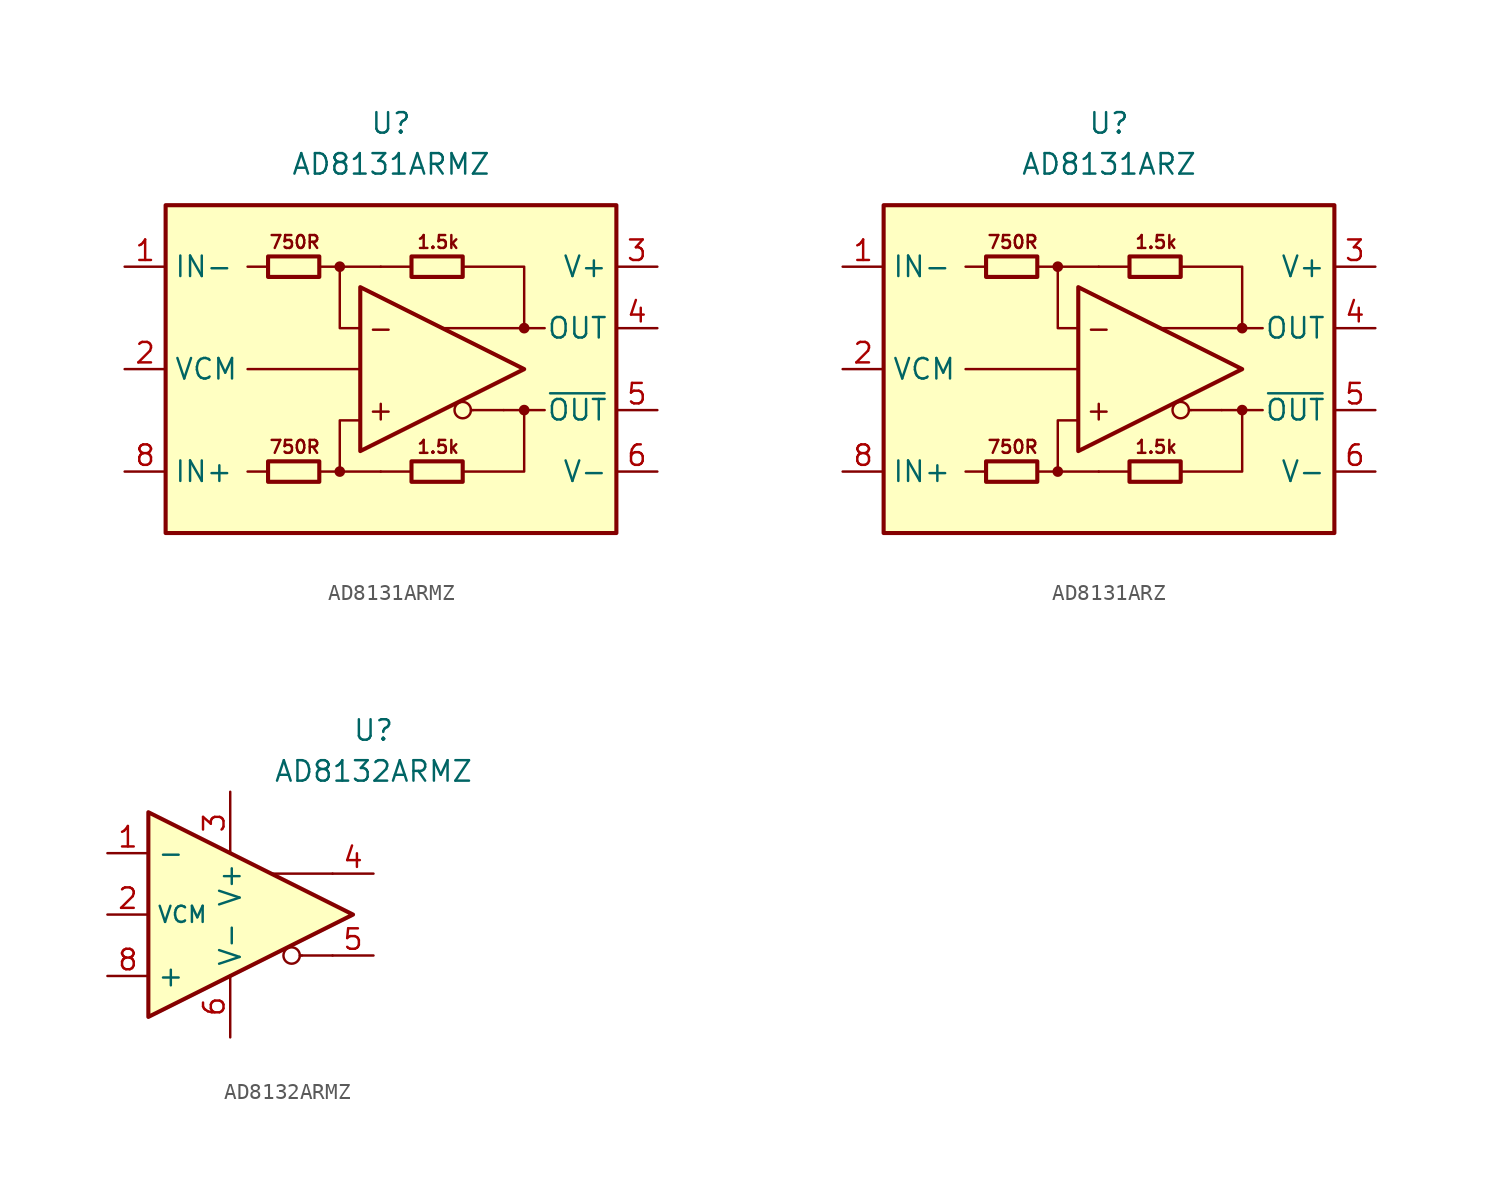
<source format=kicad_sym>
(kicad_symbol_lib
  (version 20211014)
  (generator kicad_symbol_editor)
  (symbol "AD8131ARMZ"
    (property "Reference" "U"
      (at 0 15.24 0)
      (effects (font (size 1.27 1.27))))
    (property "Value" "AD8131ARMZ"
      (at 0 12.7 0)
      (effects (font (size 1.27 1.27))))
    (symbol "AD8131ARMZ_0_0"
      (rectangle (start -13.97 10.16) (end 13.97 -10.16) (stroke (width 0.254) (type default) (color 0 0 0 0)) (fill (type background)))
      (circle (center -3.175 -6.35) (radius 0.254) (stroke (width 0.152) (type default) (color 0 0 0 0)) (fill (type outline)))
      (circle (center -3.175 6.35) (radius 0.254) (stroke (width 0.152) (type default) (color 0 0 0 0)) (fill (type outline)))
      (polyline (pts (xy -8.89 0) (xy -1.905 0)) (stroke (width 0) (type default) (color 0 0 0 0)) (fill (type none)))
      (polyline (pts (xy -7.62 -6.35) (xy -8.89 -6.35)) (stroke (width 0.152) (type default) (color 0 0 0 0)) (fill (type none)))
      (polyline (pts (xy -7.62 6.35) (xy -8.89 6.35)) (stroke (width 0.152) (type default) (color 0 0 0 0)) (fill (type none)))
      (polyline (pts (xy -3.175 6.35) (xy -0.635 6.35)) (stroke (width 0.152) (type default) (color 0 0 0 0)) (fill (type none)))
      (polyline (pts (xy -0.635 -6.35) (xy -3.175 -6.35)) (stroke (width 0.152) (type default) (color 0 0 0 0)) (fill (type none)))
      (polyline (pts (xy 1.27 -6.35) (xy -0.635 -6.35)) (stroke (width 0.152) (type default) (color 0 0 0 0)) (fill (type none)))
      (polyline (pts (xy 1.27 6.35) (xy -0.635 6.35)) (stroke (width 0.152) (type default) (color 0 0 0 0)) (fill (type none)))
      (polyline (pts (xy 5.08 -2.54) (xy 4.953 -2.54)) (stroke (width 0.152) (type default) (color 0 0 0 0)) (fill (type none)))
      (polyline (pts (xy 6.985 -2.54) (xy 5.08 -2.54)) (stroke (width 0.152) (type default) (color 0 0 0 0)) (fill (type none)))
      (polyline (pts (xy 8.255 -2.54) (xy 9.525 -2.54)) (stroke (width 0.152) (type default) (color 0 0 0 0)) (fill (type none)))
      (polyline (pts (xy 8.255 2.54) (xy 9.525 2.54)) (stroke (width 0.152) (type default) (color 0 0 0 0)) (fill (type none)))
      (polyline (pts (xy -4.445 -6.35) (xy -3.175 -6.35) (xy -3.175 -3.175) (xy -1.905 -3.175)) (stroke (width 0.152) (type default) (color 0 0 0 0)) (fill (type none)))
      (polyline (pts (xy -1.905 2.54) (xy -3.175 2.54) (xy -3.175 6.35) (xy -4.445 6.35)) (stroke (width 0.152) (type default) (color 0 0 0 0)) (fill (type none)))
      (polyline (pts (xy 4.445 6.35) (xy 8.255 6.35) (xy 8.255 2.54) (xy 3.175 2.54)) (stroke (width 0.152) (type default) (color 0 0 0 0)) (fill (type none)))
      (polyline (pts (xy 6.985 -2.54) (xy 8.255 -2.54) (xy 8.255 -6.35) (xy 4.445 -6.35)) (stroke (width 0.152) (type default) (color 0 0 0 0)) (fill (type none)))
      (circle (center 4.445 -2.54) (radius 0.508) (stroke (width 0.152) (type default) (color 0 0 0 0)) (fill (type none)))
      (circle (center 8.255 -2.54) (radius 0.254) (stroke (width 0.152) (type default) (color 0 0 0 0)) (fill (type outline)))
      (circle (center 8.255 2.54) (radius 0.254) (stroke (width 0.152) (type default) (color 0 0 0 0)) (fill (type outline)))
      (text "+" (at -0.635 -2.54 0) (effects (font (size 1.27 1.27))))
      (text "-" (at -0.635 2.54 0) (effects (font (size 1.27 1.27))))
      (text "1.5k" (at 2.921 -4.826 0) (effects (font (size 0.8 0.8))))
      (text "1.5k" (at 2.921 7.874 0) (effects (font (size 0.8 0.8))))
      (text "750R" (at -5.969 -4.826 0) (effects (font (size 0.8 0.8))))
      (text "750R" (at -5.969 7.874 0) (effects (font (size 0.8 0.8)))))
    (symbol "AD8131ARMZ_0_1"
      (rectangle (start -7.62 -5.715) (end -4.445 -6.985) (stroke (width 0.254) (type default) (color 0 0 0 0)) (fill (type none)))
      (rectangle (start -7.62 6.985) (end -4.445 5.715) (stroke (width 0.254) (type default) (color 0 0 0 0)) (fill (type none)))
      (polyline (pts (xy -1.905 5.08) (xy -1.905 -5.08) (xy 8.255 0) (xy -1.905 5.08)) (stroke (width 0.254) (type default) (color 0 0 0 0)) (fill (type none)))
      (rectangle (start 1.27 -5.715) (end 4.445 -6.985) (stroke (width 0.254) (type default) (color 0 0 0 0)) (fill (type none)))
      (rectangle (start 1.27 6.985) (end 4.445 5.715) (stroke (width 0.254) (type default) (color 0 0 0 0)) (fill (type none))))
    (symbol "AD8131ARMZ_1_1"
      (pin input line (at -16.51 6.35 0) (length 2.54) (name "IN-" (effects (font (size 1.27 1.27)))) (number "1" (effects (font (size 1.27 1.27)))))
      (pin input line (at -16.51 0 0) (length 2.54) (name "VCM" (effects (font (size 1.27 1.27)))) (number "2" (effects (font (size 1.27 1.27)))))
      (pin power_in line (at 16.51 6.35 180) (length 2.54) (name "V+" (effects (font (size 1.27 1.27)))) (number "3" (effects (font (size 1.27 1.27)))))
      (pin output line (at 16.51 2.54 180) (length 2.54) (name "OUT" (effects (font (size 1.27 1.27)))) (number "4" (effects (font (size 1.27 1.27)))))
      (pin output line (at 16.51 -2.54 180) (length 2.54) (name "~{OUT}" (effects (font (size 1.27 1.27)))) (number "5" (effects (font (size 1.27 1.27)))))
      (pin power_in line (at 16.51 -6.35 180) (length 2.54) (name "V-" (effects (font (size 1.27 1.27)))) (number "6" (effects (font (size 1.27 1.27)))))
      (pin no_connect line (at -5.08 0 0) (length 2.54) hide (name "NC" (effects (font (size 1.27 1.27)))) (number "7" (effects (font (size 1.27 1.27)))))
      (pin input line (at -16.51 -6.35 0) (length 2.54) (name "IN+" (effects (font (size 1.27 1.27)))) (number "8" (effects (font (size 1.27 1.27)))))))
  (symbol "AD8131ARZ"
    (property "Reference" "U"
      (at 0 15.24 0)
      (effects (font (size 1.27 1.27))))
    (property "Value" "AD8131ARZ"
      (at 0 12.7 0)
      (effects (font (size 1.27 1.27))))
    (symbol "AD8131ARZ_0_0"
      (rectangle (start -13.97 10.16) (end 13.97 -10.16) (stroke (width 0.254) (type default) (color 0 0 0 0)) (fill (type background)))
      (circle (center -3.175 -6.35) (radius 0.254) (stroke (width 0.152) (type default) (color 0 0 0 0)) (fill (type outline)))
      (circle (center -3.175 6.35) (radius 0.254) (stroke (width 0.152) (type default) (color 0 0 0 0)) (fill (type outline)))
      (polyline (pts (xy -8.89 0) (xy -1.905 0)) (stroke (width 0) (type default) (color 0 0 0 0)) (fill (type none)))
      (polyline (pts (xy -7.62 -6.35) (xy -8.89 -6.35)) (stroke (width 0.152) (type default) (color 0 0 0 0)) (fill (type none)))
      (polyline (pts (xy -7.62 6.35) (xy -8.89 6.35)) (stroke (width 0.152) (type default) (color 0 0 0 0)) (fill (type none)))
      (polyline (pts (xy -3.175 6.35) (xy -0.635 6.35)) (stroke (width 0.152) (type default) (color 0 0 0 0)) (fill (type none)))
      (polyline (pts (xy -0.635 -6.35) (xy -3.175 -6.35)) (stroke (width 0.152) (type default) (color 0 0 0 0)) (fill (type none)))
      (polyline (pts (xy 1.27 -6.35) (xy -0.635 -6.35)) (stroke (width 0.152) (type default) (color 0 0 0 0)) (fill (type none)))
      (polyline (pts (xy 1.27 6.35) (xy -0.635 6.35)) (stroke (width 0.152) (type default) (color 0 0 0 0)) (fill (type none)))
      (polyline (pts (xy 5.08 -2.54) (xy 4.953 -2.54)) (stroke (width 0.152) (type default) (color 0 0 0 0)) (fill (type none)))
      (polyline (pts (xy 6.985 -2.54) (xy 5.08 -2.54)) (stroke (width 0.152) (type default) (color 0 0 0 0)) (fill (type none)))
      (polyline (pts (xy 8.255 -2.54) (xy 9.525 -2.54)) (stroke (width 0.152) (type default) (color 0 0 0 0)) (fill (type none)))
      (polyline (pts (xy 8.255 2.54) (xy 9.525 2.54)) (stroke (width 0.152) (type default) (color 0 0 0 0)) (fill (type none)))
      (polyline (pts (xy -4.445 -6.35) (xy -3.175 -6.35) (xy -3.175 -3.175) (xy -1.905 -3.175)) (stroke (width 0.152) (type default) (color 0 0 0 0)) (fill (type none)))
      (polyline (pts (xy -1.905 2.54) (xy -3.175 2.54) (xy -3.175 6.35) (xy -4.445 6.35)) (stroke (width 0.152) (type default) (color 0 0 0 0)) (fill (type none)))
      (polyline (pts (xy 4.445 6.35) (xy 8.255 6.35) (xy 8.255 2.54) (xy 3.175 2.54)) (stroke (width 0.152) (type default) (color 0 0 0 0)) (fill (type none)))
      (polyline (pts (xy 6.985 -2.54) (xy 8.255 -2.54) (xy 8.255 -6.35) (xy 4.445 -6.35)) (stroke (width 0.152) (type default) (color 0 0 0 0)) (fill (type none)))
      (circle (center 4.445 -2.54) (radius 0.508) (stroke (width 0.152) (type default) (color 0 0 0 0)) (fill (type none)))
      (circle (center 8.255 -2.54) (radius 0.254) (stroke (width 0.152) (type default) (color 0 0 0 0)) (fill (type outline)))
      (circle (center 8.255 2.54) (radius 0.254) (stroke (width 0.152) (type default) (color 0 0 0 0)) (fill (type outline)))
      (text "+" (at -0.635 -2.54 0) (effects (font (size 1.27 1.27))))
      (text "-" (at -0.635 2.54 0) (effects (font (size 1.27 1.27))))
      (text "1.5k" (at 2.921 -4.826 0) (effects (font (size 0.8 0.8))))
      (text "1.5k" (at 2.921 7.874 0) (effects (font (size 0.8 0.8))))
      (text "750R" (at -5.969 -4.826 0) (effects (font (size 0.8 0.8))))
      (text "750R" (at -5.969 7.874 0) (effects (font (size 0.8 0.8)))))
    (symbol "AD8131ARZ_0_1"
      (rectangle (start -7.62 -5.715) (end -4.445 -6.985) (stroke (width 0.254) (type default) (color 0 0 0 0)) (fill (type none)))
      (rectangle (start -7.62 6.985) (end -4.445 5.715) (stroke (width 0.254) (type default) (color 0 0 0 0)) (fill (type none)))
      (polyline (pts (xy -1.905 5.08) (xy -1.905 -5.08) (xy 8.255 0) (xy -1.905 5.08)) (stroke (width 0.254) (type default) (color 0 0 0 0)) (fill (type none)))
      (rectangle (start 1.27 -5.715) (end 4.445 -6.985) (stroke (width 0.254) (type default) (color 0 0 0 0)) (fill (type none)))
      (rectangle (start 1.27 6.985) (end 4.445 5.715) (stroke (width 0.254) (type default) (color 0 0 0 0)) (fill (type none))))
    (symbol "AD8131ARZ_1_1"
      (pin input line (at -16.51 6.35 0) (length 2.54) (name "IN-" (effects (font (size 1.27 1.27)))) (number "1" (effects (font (size 1.27 1.27)))))
      (pin input line (at -16.51 0 0) (length 2.54) (name "VCM" (effects (font (size 1.27 1.27)))) (number "2" (effects (font (size 1.27 1.27)))))
      (pin power_in line (at 16.51 6.35 180) (length 2.54) (name "V+" (effects (font (size 1.27 1.27)))) (number "3" (effects (font (size 1.27 1.27)))))
      (pin output line (at 16.51 2.54 180) (length 2.54) (name "OUT" (effects (font (size 1.27 1.27)))) (number "4" (effects (font (size 1.27 1.27)))))
      (pin output line (at 16.51 -2.54 180) (length 2.54) (name "~{OUT}" (effects (font (size 1.27 1.27)))) (number "5" (effects (font (size 1.27 1.27)))))
      (pin power_in line (at 16.51 -6.35 180) (length 2.54) (name "V-" (effects (font (size 1.27 1.27)))) (number "6" (effects (font (size 1.27 1.27)))))
      (pin no_connect line (at -5.08 0 0) (length 2.54) hide (name "NC" (effects (font (size 1.27 1.27)))) (number "7" (effects (font (size 1.27 1.27)))))
      (pin input line (at -16.51 -6.35 0) (length 2.54) (name "IN+" (effects (font (size 1.27 1.27)))) (number "8" (effects (font (size 1.27 1.27)))))))
  (symbol "AD8132ARMZ"
    (property "Reference" "U"
      (at 8.89 11.43 0)
      (effects (font (size 1.27 1.27))))
    (property "Value" "AD8132ARMZ"
      (at 8.89 8.89 0)
      (effects (font (size 1.27 1.27))))
    (symbol "AD8132ARMZ_0_0"
      (polyline (pts (xy 4.445 -2.54) (xy 4.318 -2.54)) (stroke (width 0.152) (type default) (color 0 0 0 0)) (fill (type none)))
      (polyline (pts (xy 6.35 -2.54) (xy 4.445 -2.54)) (stroke (width 0.152) (type default) (color 0 0 0 0)) (fill (type none)))
      (polyline (pts (xy 6.35 2.54) (xy 2.54 2.54)) (stroke (width 0.152) (type default) (color 0 0 0 0)) (fill (type none)))
      (circle (center 3.81 -2.54) (radius 0.508) (stroke (width 0.152) (type default) (color 0 0 0 0)) (fill (type none))))
    (symbol "AD8132ARMZ_0_1"
      (polyline (pts (xy -5.08 6.35) (xy -5.08 -6.35) (xy 7.62 0) (xy -5.08 6.35)) (stroke (width 0.254) (type default) (color 0 0 0 0)) (fill (type background))))
    (symbol "AD8132ARMZ_1_1"
      (pin input line (at -7.62 3.81 0) (length 2.54) (name "-" (effects (font (size 1.27 1.27)))) (number "1" (effects (font (size 1.27 1.27)))))
      (pin input line (at -7.62 0 0) (length 2.54) (name "VCM" (effects (font (size 1 1)))) (number "2" (effects (font (size 1.27 1.27)))))
      (pin power_in line (at 0 7.62 270) (length 3.84) (name "V+" (effects (font (size 1.27 1.27)))) (number "3" (effects (font (size 1.27 1.27)))))
      (pin output line (at 8.89 2.54 180) (length 2.54) (name "~" (effects (font (size 1.27 1.27)))) (number "4" (effects (font (size 1.27 1.27)))))
      (pin output line (at 8.89 -2.54 180) (length 2.54) (name "~" (effects (font (size 1.27 1.27)))) (number "5" (effects (font (size 1.27 1.27)))))
      (pin power_in line (at 0 -7.62 90) (length 3.84) (name "V-" (effects (font (size 1.27 1.27)))) (number "6" (effects (font (size 1.27 1.27)))))
      (pin no_connect line (at 0 0 0) (length 2.54) hide (name "NC" (effects (font (size 1.27 1.27)))) (number "7" (effects (font (size 1.27 1.27)))))
      (pin input line (at -7.62 -3.81 0) (length 2.54) (name "+" (effects (font (size 1.27 1.27)))) (number "8" (effects (font (size 1.27 1.27))))))))
</source>
